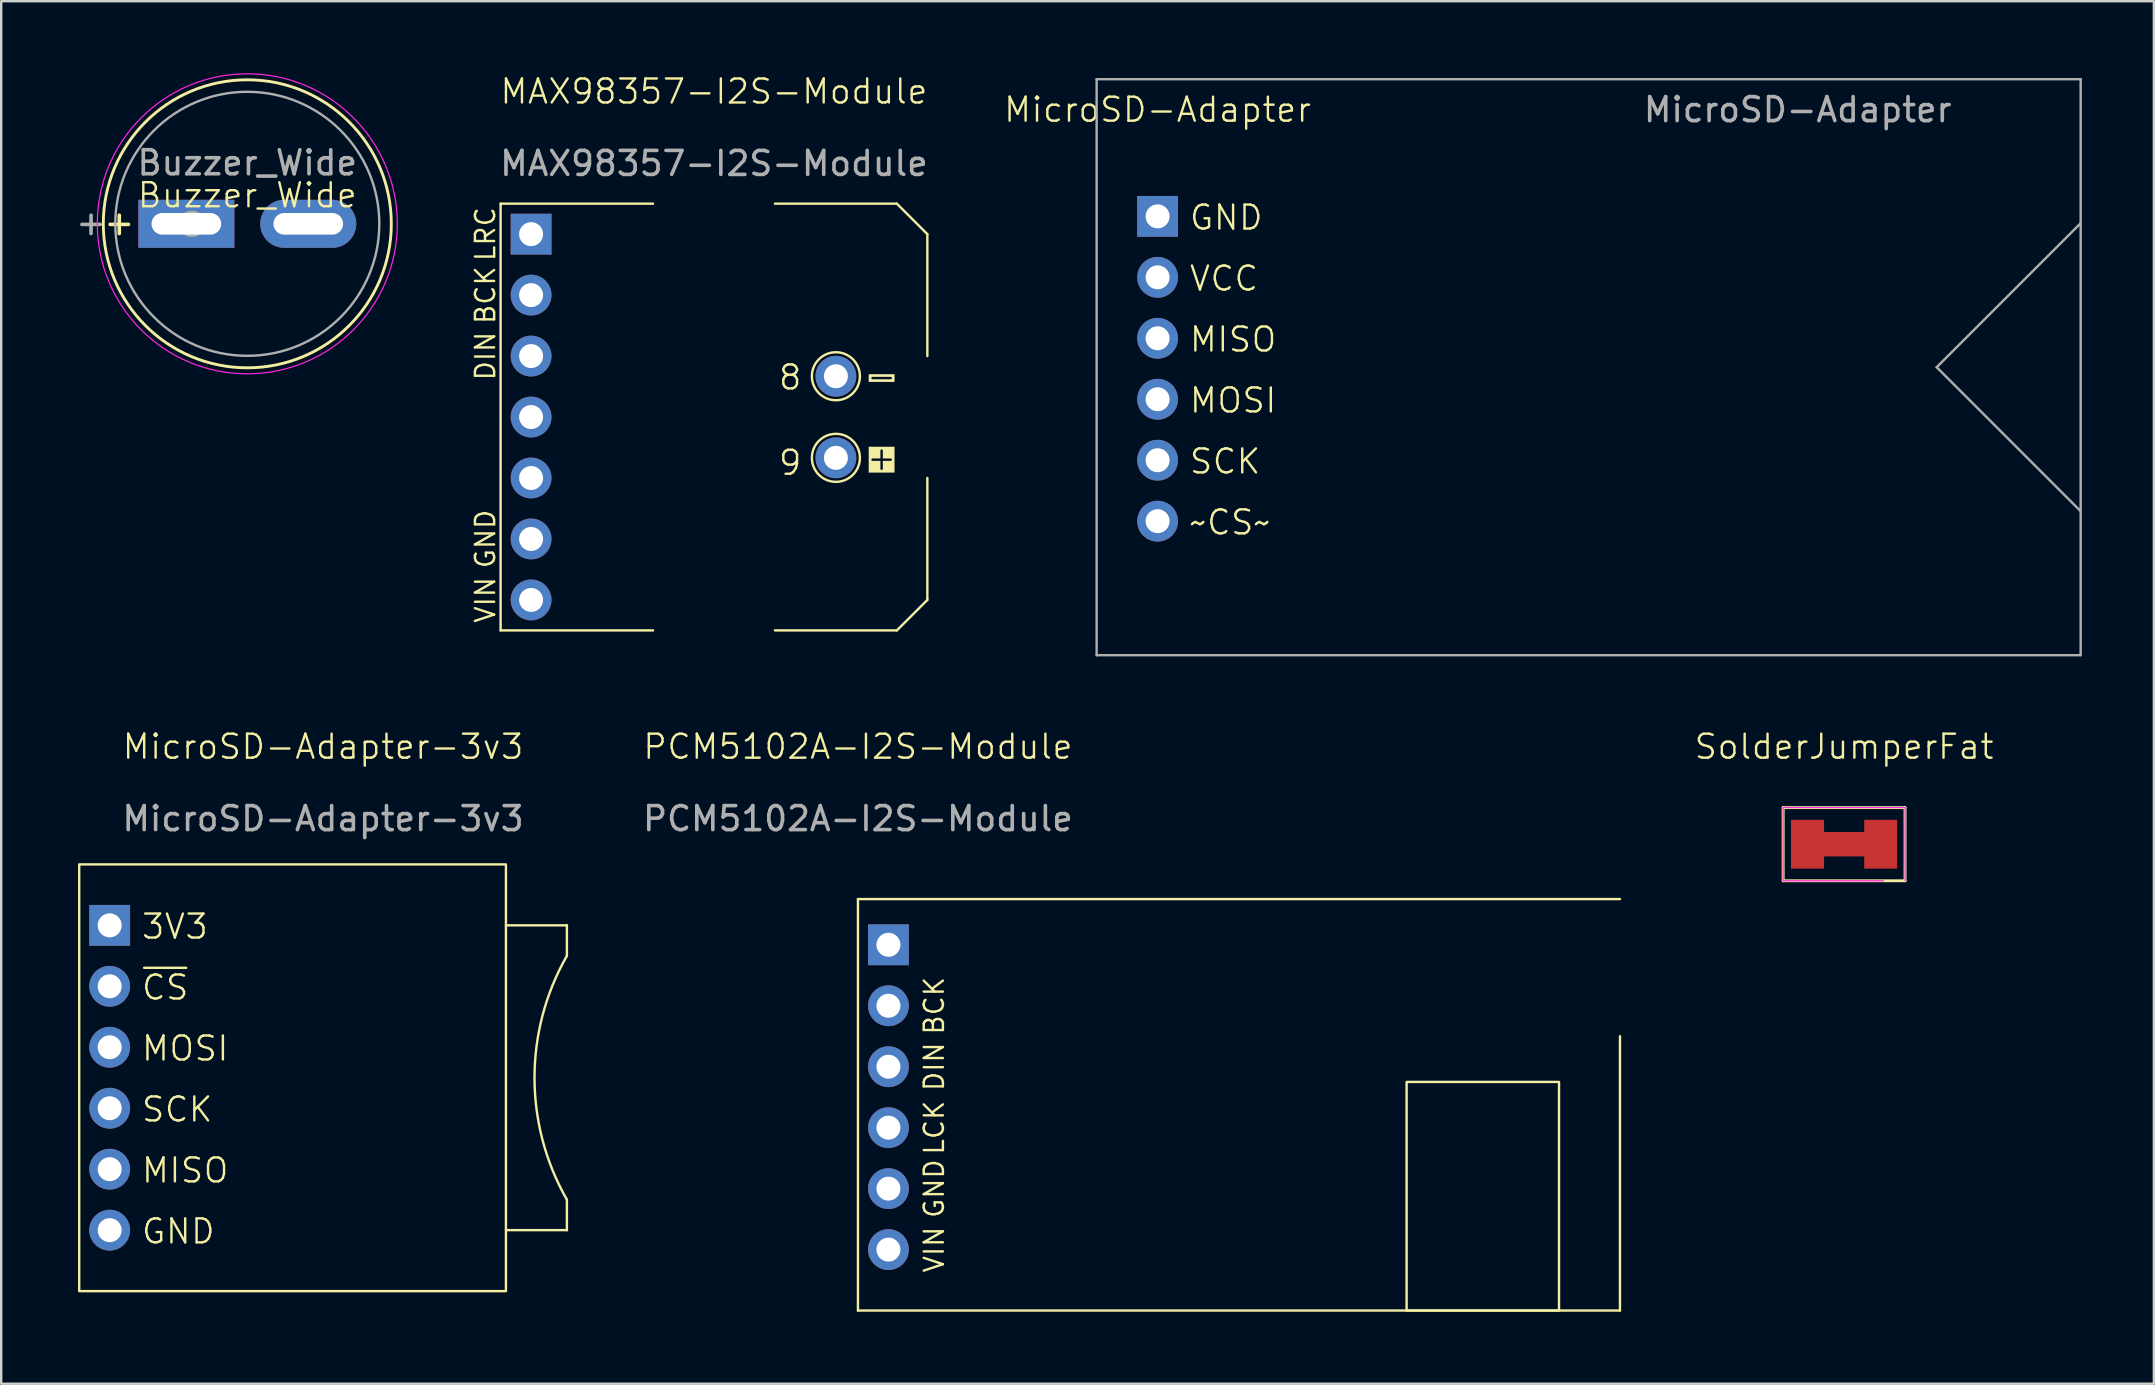
<source format=kicad_pcb>
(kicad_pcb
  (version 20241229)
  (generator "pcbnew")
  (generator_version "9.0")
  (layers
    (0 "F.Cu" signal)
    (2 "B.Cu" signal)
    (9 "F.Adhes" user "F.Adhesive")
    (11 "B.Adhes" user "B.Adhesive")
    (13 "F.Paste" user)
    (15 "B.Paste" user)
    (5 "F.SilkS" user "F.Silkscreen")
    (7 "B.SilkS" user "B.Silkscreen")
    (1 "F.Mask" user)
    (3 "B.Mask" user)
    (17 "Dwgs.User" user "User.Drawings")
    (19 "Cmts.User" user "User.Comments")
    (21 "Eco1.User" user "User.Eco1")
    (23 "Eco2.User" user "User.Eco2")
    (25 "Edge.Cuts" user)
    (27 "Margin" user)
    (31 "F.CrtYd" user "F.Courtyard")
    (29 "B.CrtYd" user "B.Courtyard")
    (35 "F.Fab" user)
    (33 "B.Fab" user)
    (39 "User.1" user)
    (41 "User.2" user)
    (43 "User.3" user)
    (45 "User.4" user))
  (footprint "PCM5102A-I2S-Module"
    (layer "F.Cu")
    (at 32.697 34.41)
    (property "Reference" "PCM5102A-I2S-Module" (at 0 -6.35 0) (unlocked yes) (layer "F.SilkS") (effects (font (size 1 1) (thickness 0.1))))
    (attr through_hole)
    (fp_line (start 0 0) (end 0 17.145) (stroke (width 0.1) (type default)) (layer "F.SilkS"))
    (fp_line (start 0 17.145) (end 31.75 17.145) (stroke (width 0.1) (type default)) (layer "F.SilkS"))
    (fp_line (start 31.75 0) (end 0 0) (stroke (width 0.1) (type default)) (layer "F.SilkS"))
    (fp_line (start 31.75 17.145) (end 31.75 5.715) (stroke (width 0.1) (type default)) (layer "F.SilkS"))
    (fp_rect (start 22.86 7.62) (end 29.21 17.145) (stroke (width 0.1) (type default)) (fill no) (layer "F.SilkS"))
    (fp_text user "GND" (at 3.175 12.065 90) (unlocked yes) (layer "F.SilkS") (effects (font (size 0.8 0.8) (thickness 0.1))))
    (fp_text user "VIN" (at 3.175 14.605 90) (unlocked yes) (layer "F.SilkS") (effects (font (size 0.8 0.8) (thickness 0.1))))
    (fp_text user "LCK" (at 3.175 9.525 90) (unlocked yes) (layer "F.SilkS") (effects (font (size 0.8 0.8) (thickness 0.1))))
    (fp_text user "BCK" (at 3.175 4.445 90) (unlocked yes) (layer "F.SilkS") (effects (font (size 0.8 0.8) (thickness 0.1))))
    (fp_text user "DIN" (at 3.175 6.985 90) (unlocked yes) (layer "F.SilkS") (effects (font (size 0.8 0.8) (thickness 0.1))))
    (fp_text user "${REFERENCE}" (at 0 -3.35 0) (unlocked yes) (layer "F.Fab") (effects (font (size 1 1) (thickness 0.15))))
    (pad "1" thru_hole rect (at 1.27 1.905) (size 1.7 1.7) (drill 1) (layers "*.Cu" "*.Mask"))
    (pad "2" thru_hole circle (at 1.27 4.445) (size 1.7 1.7) (drill 1) (layers "*.Cu" "*.Mask"))
    (pad "3" thru_hole circle (at 1.27 6.985) (size 1.7 1.7) (drill 1) (layers "*.Cu" "*.Mask"))
    (pad "4" thru_hole circle (at 1.27 9.525) (size 1.7 1.7) (drill 1) (layers "*.Cu" "*.Mask"))
    (pad "5" thru_hole circle (at 1.27 12.065) (size 1.7 1.7) (drill 1) (layers "*.Cu" "*.Mask"))
    (pad "6" thru_hole circle (at 1.27 14.605) (size 1.7 1.7) (drill 1) (layers "*.Cu" "*.Mask")))
  (footprint "MAX98357-I2S-Module"
    (layer "F.Cu")
    (at 26.698 13.691)
    (property "Reference" "MAX98357-I2S-Module" (at 0 -12.93 0) (unlocked yes) (layer "F.SilkS") (effects (font (size 1 1) (thickness 0.1))))
    (attr through_hole)
    (fp_line (start -8.89 -8.255) (end -8.89 9.525) (stroke (width 0.1) (type default)) (layer "F.SilkS"))
    (fp_line (start -8.89 -8.255) (end -2.54 -8.255) (stroke (width 0.1) (type default)) (layer "F.SilkS"))
    (fp_line (start -2.54 9.525) (end -8.89 9.525) (stroke (width 0.1) (type default)) (layer "F.SilkS"))
    (fp_line (start 2.54 -8.255) (end 7.62 -8.255) (stroke (width 0.1) (type default)) (layer "F.SilkS"))
    (fp_line (start 7.62 -8.255) (end 8.89 -6.985) (stroke (width 0.1) (type default)) (layer "F.SilkS"))
    (fp_line (start 7.62 9.525) (end 2.54 9.525) (stroke (width 0.1) (type default)) (layer "F.SilkS"))
    (fp_line (start 8.89 -1.905) (end 8.89 -6.985) (stroke (width 0.1) (type default)) (layer "F.SilkS"))
    (fp_line (start 8.89 8.255) (end 7.62 9.525) (stroke (width 0.1) (type default)) (layer "F.SilkS"))
    (fp_line (start 8.89 8.255) (end 8.89 3.175) (stroke (width 0.1) (type default)) (layer "F.SilkS"))
    (fp_circle (center 5.08 -1.065) (end 6.08 -1.065) (stroke (width 0.1) (type default)) (fill no) (layer "F.SilkS"))
    (fp_circle (center 5.08 2.335) (end 6.08 2.335) (stroke (width 0.1) (type default)) (fill no) (layer "F.SilkS"))
    (fp_text user "-" (at 6.985 -1.065 0) (unlocked yes) (layer "F.SilkS" knockout) (effects (font (size 1 1) (thickness 0.1))))
    (fp_text user "BCK" (at -9.525 -4.445 90) (unlocked yes) (layer "F.SilkS") (effects (font (size 0.8 0.8) (thickness 0.1))))
    (fp_text user "8" (at 3.175 -1.016 0) (unlocked yes) (layer "F.SilkS") (effects (font (size 1 1) (thickness 0.1))))
    (fp_text user "VIN" (at -9.525 8.255 90) (unlocked yes) (layer "F.SilkS") (effects (font (size 0.8 0.8) (thickness 0.1))))
    (fp_text user "DIN" (at -9.525 -1.905 90) (unlocked yes) (layer "F.SilkS") (effects (font (size 0.8 0.8) (thickness 0.1))))
    (fp_text user "GND" (at -9.525 5.715 90) (unlocked yes) (layer "F.SilkS") (effects (font (size 0.8 0.8) (thickness 0.1))))
    (fp_text user "LRC" (at -9.525 -6.985 90) (unlocked yes) (layer "F.SilkS") (effects (font (size 0.8 0.8) (thickness 0.1))))
    (fp_text user "9" (at 3.175 2.54 0) (unlocked yes) (layer "F.SilkS") (effects (font (size 1 1) (thickness 0.1))))
    (fp_text user "+" (at 6.985 2.335 0) (unlocked yes) (layer "F.SilkS" knockout) (effects (font (size 1 1) (thickness 0.1))))
    (fp_text user "${REFERENCE}" (at 0 -9.93 0) (unlocked yes) (layer "F.Fab") (effects (font (size 1 1) (thickness 0.15))))
    (pad "1" thru_hole rect (at -7.62 -6.985) (size 1.7 1.7) (drill 1) (layers "*.Cu" "*.Mask"))
    (pad "2" thru_hole circle (at -7.62 -4.445) (size 1.7 1.7) (drill 1) (layers "*.Cu" "*.Mask"))
    (pad "3" thru_hole circle (at -7.62 -1.905) (size 1.7 1.7) (drill 1) (layers "*.Cu" "*.Mask"))
    (pad "4" thru_hole circle (at -7.62 0.635) (size 1.7 1.7) (drill 1) (layers "*.Cu" "*.Mask"))
    (pad "5" thru_hole circle (at -7.62 3.175) (size 1.7 1.7) (drill 1) (layers "*.Cu" "*.Mask"))
    (pad "6" thru_hole circle (at -7.62 5.715) (size 1.7 1.7) (drill 1) (layers "*.Cu" "*.Mask"))
    (pad "7" thru_hole circle (at -7.62 8.255) (size 1.7 1.7) (drill 1) (layers "*.Cu" "*.Mask"))
    (pad "8" thru_hole circle (at 5.08 -1.065) (size 1.7 1.7) (drill 1) (layers "*.Cu" "*.Mask"))
    (pad "9" thru_hole circle (at 5.08 2.335) (size 1.7 1.7) (drill 1) (layers "*.Cu" "*.Mask")))
  (footprint "MicroSD-Adapter-3v3"
    (layer "F.Cu")
    (at 0.25 32.965)
    (property "Reference" "MicroSD-Adapter-3v3" (at 10.16 -4.905 0) (unlocked yes) (layer "F.SilkS") (effects (font (size 1 1) (thickness 0.1))))
    (attr through_hole)
    (fp_line (start 17.78 2.54) (end 20.32 2.54) (stroke (width 0.1) (type default)) (layer "F.SilkS"))
    (fp_line (start 17.78 15.24) (end 20.32 15.24) (stroke (width 0.1) (type default)) (layer "F.SilkS"))
    (fp_line (start 20.32 2.54) (end 20.32 3.81) (stroke (width 0.1) (type default)) (layer "F.SilkS"))
    (fp_line (start 20.32 15.24) (end 20.32 13.97) (stroke (width 0.1) (type default)) (layer "F.SilkS"))
    (fp_rect (start 0 0) (end 17.78 17.78) (stroke (width 0.1) (type default)) (fill no) (layer "F.SilkS"))
    (fp_arc (start 20.32 13.97) (mid 18.970933 8.89) (end 20.32 3.81) (stroke (width 0.1) (type default)) (layer "F.SilkS"))
    (fp_text user "MOSI" (at 2.54 8.255 0) (unlocked yes) (layer "F.SilkS") (effects (font (size 1 1) (thickness 0.1)) (justify left bottom)))
    (fp_text user "~{CS}" (at 2.54 5.715 0) (unlocked yes) (layer "F.SilkS") (effects (font (size 1 1) (thickness 0.1)) (justify left bottom)))
    (fp_text user "GND" (at 2.54 15.875 0) (unlocked yes) (layer "F.SilkS") (effects (font (size 1 1) (thickness 0.1)) (justify left bottom)))
    (fp_text user "SCK" (at 2.54 10.795 0) (unlocked yes) (layer "F.SilkS") (effects (font (size 1 1) (thickness 0.1)) (justify left bottom)))
    (fp_text user "MISO" (at 2.54 13.335 0) (unlocked yes) (layer "F.SilkS") (effects (font (size 1 1) (thickness 0.1)) (justify left bottom)))
    (fp_text user "3V3" (at 2.54 3.175 0) (unlocked yes) (layer "F.SilkS") (effects (font (size 1 1) (thickness 0.1)) (justify left bottom)))
    (fp_text user "${REFERENCE}" (at 10.16 -1.905 0) (unlocked yes) (layer "F.Fab") (effects (font (size 1 1) (thickness 0.15))))
    (pad "1" thru_hole rect (at 1.27 2.54) (size 1.7 1.7) (drill 1) (layers "*.Cu" "*.Mask"))
    (pad "2" thru_hole circle (at 1.27 5.08) (size 1.7 1.7) (drill 1) (layers "*.Cu" "*.Mask"))
    (pad "3" thru_hole circle (at 1.27 7.62) (size 1.7 1.7) (drill 1) (layers "*.Cu" "*.Mask"))
    (pad "4" thru_hole circle (at 1.27 10.16) (size 1.7 1.7) (drill 1) (layers "*.Cu" "*.Mask"))
    (pad "5" thru_hole circle (at 1.27 12.7) (size 1.7 1.7) (drill 1) (layers "*.Cu" "*.Mask"))
    (pad "6" thru_hole circle (at 1.27 15.24) (size 1.7 1.7) (drill 1) (layers "*.Cu" "*.Mask")))
  (footprint "MicroSD-Adapter"
    (layer "F.Cu")
    (at 42.642 0.25)
    (property "Reference" "MicroSD-Adapter" (at 2.54 1.27 0) (unlocked yes) (layer "F.SilkS") (effects (font (size 1 1) (thickness 0.1))))
    (attr through_hole)
    (fp_line (start 0 0) (end 41 0) (stroke (width 0.1) (type default)) (layer "F.Fab"))
    (fp_line (start 0 24) (end 0 0) (stroke (width 0.1) (type default)) (layer "F.Fab"))
    (fp_line (start 35 12) (end 41 18) (stroke (width 0.1) (type default)) (layer "F.Fab"))
    (fp_line (start 41 0) (end 41 24) (stroke (width 0.1) (type default)) (layer "F.Fab"))
    (fp_line (start 41 6) (end 35 12) (stroke (width 0.1) (type default)) (layer "F.Fab"))
    (fp_line (start 41 24) (end 0 24) (stroke (width 0.1) (type default)) (layer "F.Fab"))
    (fp_text user "SCK" (at 3.81 16.51 0) (unlocked yes) (layer "F.SilkS") (effects (font (size 1 1) (thickness 0.1)) (justify left bottom)))
    (fp_text user "GND" (at 3.81 6.35 0) (unlocked yes) (layer "F.SilkS") (effects (font (size 1 1) (thickness 0.1)) (justify left bottom)))
    (fp_text user "~CS~" (at 3.81 19.05 0) (unlocked yes) (layer "F.SilkS") (effects (font (size 1 1) (thickness 0.1)) (justify left bottom)))
    (fp_text user "VCC" (at 3.81 8.89 0) (unlocked yes) (layer "F.SilkS") (effects (font (size 1 1) (thickness 0.1)) (justify left bottom)))
    (fp_text user "MOSI" (at 3.81 13.97 0) (unlocked yes) (layer "F.SilkS") (effects (font (size 1 1) (thickness 0.1)) (justify left bottom)))
    (fp_text user "MISO" (at 3.81 11.43 0) (unlocked yes) (layer "F.SilkS") (effects (font (size 1 1) (thickness 0.1)) (justify left bottom)))
    (fp_text user "${REFERENCE}" (at 29.21 1.27 0) (unlocked yes) (layer "F.Fab") (effects (font (size 1 1) (thickness 0.15))))
    (pad "1" thru_hole rect (at 2.54 5.715) (size 1.7 1.7) (drill 1) (layers "*.Cu" "*.Mask"))
    (pad "2" thru_hole circle (at 2.54 8.255) (size 1.7 1.7) (drill 1) (layers "*.Cu" "*.Mask"))
    (pad "3" thru_hole circle (at 2.54 10.795) (size 1.7 1.7) (drill 1) (layers "*.Cu" "*.Mask"))
    (pad "4" thru_hole circle (at 2.54 13.335) (size 1.7 1.7) (drill 1) (layers "*.Cu" "*.Mask"))
    (pad "5" thru_hole circle (at 2.54 15.875) (size 1.7 1.7) (drill 1) (layers "*.Cu" "*.Mask"))
    (pad "6" thru_hole circle (at 2.54 18.415) (size 1.7 1.7) (drill 1) (layers "*.Cu" "*.Mask")))
  (footprint "SolderJumperFat"
    (layer "F.Cu")
    (at 73.785 31.616)
    (property "Reference" "SolderJumperFat" (at 0 -3.556 0) (unlocked yes) (layer "F.SilkS") (effects (font (size 1 1) (thickness 0.1))))
    (attr smd)
    (fp_poly (pts (xy -1.016 0) (xy 1.016 0) (xy 1.008 1.016) (xy -1.016 1.016)) (stroke (width 0) (type solid)) (fill yes) (layer "F.Cu"))
    (fp_line (start -2.54 -1.016) (end 2.54 -1.016) (stroke (width 0.12) (type solid)) (layer "F.SilkS"))
    (fp_line (start -2.54 2.032) (end -2.54 -1.016) (stroke (width 0.12) (type solid)) (layer "F.SilkS"))
    (fp_line (start 2.54 -1.016) (end 2.54 2.032) (stroke (width 0.12) (type solid)) (layer "F.SilkS"))
    (fp_line (start 2.54 2.032) (end -2.54 2.032) (stroke (width 0.12) (type solid)) (layer "F.SilkS"))
    (fp_line (start -2.54 -1.016) (end -2.54 2.032) (stroke (width 0.05) (type solid)) (layer "F.CrtYd"))
    (fp_line (start -2.54 -1.016) (end 2.54 -1.016) (stroke (width 0.05) (type solid)) (layer "F.CrtYd"))
    (fp_line (start 1.65 2.032) (end -2.54 2.032) (stroke (width 0.05) (type solid)) (layer "F.CrtYd"))
    (fp_line (start 2.54 2.032) (end 2.54 -1.016) (stroke (width 0.05) (type solid)) (layer "F.CrtYd"))
    (pad "1" smd rect (at -1.524 0.508) (size 1.378 2.032) (layers "F.Cu" "F.Mask"))
    (pad "2" smd rect (at 1.524 0.508) (size 1.37 2.032) (layers "F.Cu" "F.Mask")))
  (footprint "Buzzer_Wide"
    (layer "F.Cu")
    (at 3.444 6.275)
    (property "Reference" "Buzzer_Wide" (at 3.81 -1.19 0) (unlocked yes) (layer "F.SilkS") (effects (font (size 1 1) (thickness 0.1))))
    (attr through_hole)
    (fp_circle (center 3.81 0) (end 9.81 0) (stroke (width 0.12) (type solid)) (fill no) (layer "F.SilkS"))
    (fp_circle (center 3.81 0) (end 10.06 0) (stroke (width 0.05) (type solid)) (fill no) (layer "F.CrtYd"))
    (fp_circle (center 1.5 0) (end 2 0) (stroke (width 0.1) (type solid)) (fill no) (layer "F.Fab"))
    (fp_circle (center 3.81 0) (end 9.31 0) (stroke (width 0.1) (type solid)) (fill no) (layer "F.Fab"))
    (fp_text user "+" (at -1.524 -0.05 0) (layer "F.SilkS") (effects (font (size 1 1) (thickness 0.15))))
    (fp_text user "${REFERENCE}" (at 3.81 -2.54 0) (layer "F.Fab") (effects (font (size 1 1) (thickness 0.15))))
    (fp_text user "+" (at -2.7 -0.05 0) (layer "F.Fab") (effects (font (size 1 1) (thickness 0.15))))
    (pad "1" thru_hole rect (at 1.27 0) (size 4 2) (drill oval 2.9 0.9) (layers "*.Cu" "*.Mask"))
    (pad "2" thru_hole oval (at 6.35 0) (size 4 2) (drill oval 2.9 0.9) (layers "*.Cu" "*.Mask")))
  (gr_rect
    (start -3 -3)
    (end 86.692 54.605)
    (stroke (width 0.1) (type default))
    (fill no)
    (layer "Edge.Cuts")))
</source>
